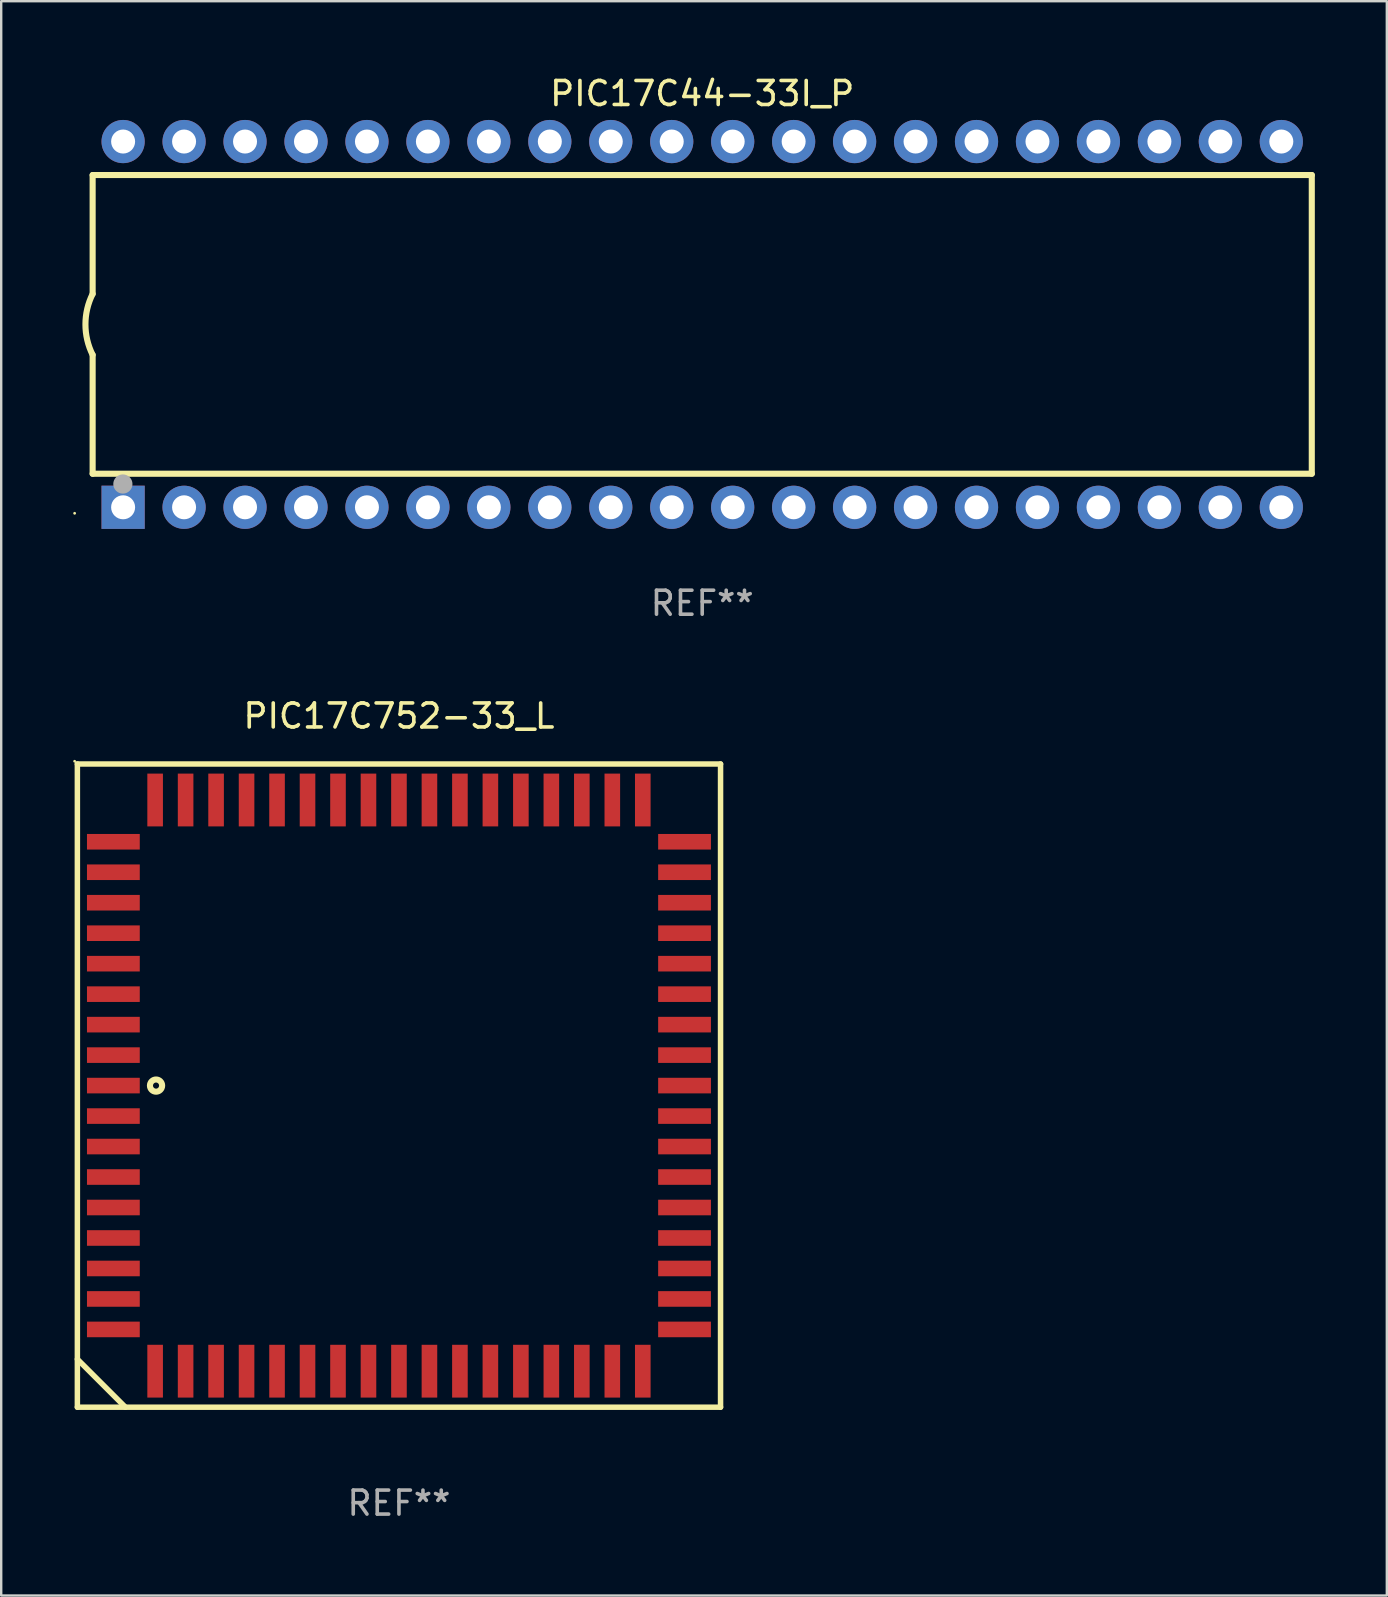
<source format=kicad_pcb>
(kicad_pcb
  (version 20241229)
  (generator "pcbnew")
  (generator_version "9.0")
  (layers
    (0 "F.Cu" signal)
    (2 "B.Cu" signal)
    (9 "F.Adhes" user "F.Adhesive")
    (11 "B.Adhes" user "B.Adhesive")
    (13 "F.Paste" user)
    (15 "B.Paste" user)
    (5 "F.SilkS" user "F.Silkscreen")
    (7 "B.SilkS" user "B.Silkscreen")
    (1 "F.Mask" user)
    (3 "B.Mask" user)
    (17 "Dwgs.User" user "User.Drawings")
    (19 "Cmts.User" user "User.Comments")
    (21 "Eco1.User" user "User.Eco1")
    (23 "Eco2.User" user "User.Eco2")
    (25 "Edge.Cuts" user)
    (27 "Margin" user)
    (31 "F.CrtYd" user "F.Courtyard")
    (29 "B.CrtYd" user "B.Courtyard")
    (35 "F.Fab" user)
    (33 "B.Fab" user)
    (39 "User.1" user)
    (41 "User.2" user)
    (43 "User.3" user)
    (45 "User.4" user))
  (footprint "PIC17C44-33I_P"
    (layer "F.Cu")
    (at 26.21 10.468)
    (property "Reference" "PIC17C44-33I_P" (at 0 -9.62 0) (layer "F.SilkS") (effects (font (size 1 1) (thickness 0.15))))
    (attr through_hole)
    (fp_line (start -25.4 -6.224) (end -25.4 -1.271) (stroke (width 0.254) (type solid)) (layer "F.SilkS"))
    (fp_line (start -25.4 -6.224) (end 25.4 -6.224) (stroke (width 0.254) (type solid)) (layer "F.SilkS"))
    (fp_line (start -25.4 1.269) (end -25.4 6.222) (stroke (width 0.254) (type solid)) (layer "F.SilkS"))
    (fp_line (start -25.4 6.222) (end 25.4 6.222) (stroke (width 0.254) (type solid)) (layer "F.SilkS"))
    (fp_line (start 25.4 6.222) (end 25.4 -6.224) (stroke (width 0.254) (type solid)) (layer "F.SilkS"))
    (fp_arc (start -25.4 1.269241) (mid -25.699807 -0.000762) (end -25.4 -1.270765) (stroke (width 0.254001) (type solid)) (layer "F.SilkS"))
    (fp_circle (center -26.15 7.87) (end -26.12 7.87) (stroke (width 0.06) (type solid)) (fill no) (layer "F.SilkS"))
    (fp_circle (center -24.14 6.65) (end -23.94 6.65) (stroke (width 0.4) (type solid)) (fill no) (layer "F.Fab"))
    (fp_text user "REF**" (at 0 11.62 0) (layer "F.Fab") (effects (font (size 1 1) (thickness 0.15))))
    (pad "1" thru_hole rect (at -24.13 7.62 90) (size 1.8 1.8) (drill 1) (layers "*.Cu" "*.Mask"))
    (pad "2" thru_hole circle (at -21.59 7.62) (size 1.8 1.8) (drill 1) (layers "*.Cu" "*.Mask"))
    (pad "3" thru_hole circle (at -19.05 7.62) (size 1.8 1.8) (drill 1) (layers "*.Cu" "*.Mask"))
    (pad "4" thru_hole circle (at -16.51 7.62) (size 1.8 1.8) (drill 1) (layers "*.Cu" "*.Mask"))
    (pad "5" thru_hole circle (at -13.97 7.62) (size 1.8 1.8) (drill 1) (layers "*.Cu" "*.Mask"))
    (pad "6" thru_hole circle (at -11.43 7.62) (size 1.8 1.8) (drill 1) (layers "*.Cu" "*.Mask"))
    (pad "7" thru_hole circle (at -8.89 7.62) (size 1.8 1.8) (drill 1) (layers "*.Cu" "*.Mask"))
    (pad "8" thru_hole circle (at -6.35 7.62) (size 1.8 1.8) (drill 1) (layers "*.Cu" "*.Mask"))
    (pad "9" thru_hole circle (at -3.81 7.62) (size 1.8 1.8) (drill 1) (layers "*.Cu" "*.Mask"))
    (pad "10" thru_hole circle (at -1.27 7.62) (size 1.8 1.8) (drill 1) (layers "*.Cu" "*.Mask"))
    (pad "11" thru_hole circle (at 1.27 7.62) (size 1.8 1.8) (drill 1) (layers "*.Cu" "*.Mask"))
    (pad "12" thru_hole circle (at 3.81 7.62) (size 1.8 1.8) (drill 1) (layers "*.Cu" "*.Mask"))
    (pad "13" thru_hole circle (at 6.35 7.62) (size 1.8 1.8) (drill 1) (layers "*.Cu" "*.Mask"))
    (pad "14" thru_hole circle (at 8.89 7.62) (size 1.8 1.8) (drill 1) (layers "*.Cu" "*.Mask"))
    (pad "15" thru_hole circle (at 11.43 7.62) (size 1.8 1.8) (drill 1) (layers "*.Cu" "*.Mask"))
    (pad "16" thru_hole circle (at 13.97 7.62) (size 1.8 1.8) (drill 1) (layers "*.Cu" "*.Mask"))
    (pad "17" thru_hole circle (at 16.51 7.62) (size 1.8 1.8) (drill 1) (layers "*.Cu" "*.Mask"))
    (pad "18" thru_hole circle (at 19.05 7.62) (size 1.8 1.8) (drill 1) (layers "*.Cu" "*.Mask"))
    (pad "19" thru_hole circle (at 21.59 7.62) (size 1.8 1.8) (drill 1) (layers "*.Cu" "*.Mask"))
    (pad "20" thru_hole circle (at 24.13 7.62) (size 1.8 1.8) (drill 1) (layers "*.Cu" "*.Mask"))
    (pad "21" thru_hole circle (at 24.13 -7.62) (size 1.8 1.8) (drill 1) (layers "*.Cu" "*.Mask"))
    (pad "22" thru_hole circle (at 21.59 -7.62) (size 1.8 1.8) (drill 1) (layers "*.Cu" "*.Mask"))
    (pad "23" thru_hole circle (at 19.05 -7.62) (size 1.8 1.8) (drill 1) (layers "*.Cu" "*.Mask"))
    (pad "24" thru_hole circle (at 16.51 -7.62) (size 1.8 1.8) (drill 1) (layers "*.Cu" "*.Mask"))
    (pad "25" thru_hole circle (at 13.97 -7.62) (size 1.8 1.8) (drill 1) (layers "*.Cu" "*.Mask"))
    (pad "26" thru_hole circle (at 11.43 -7.62) (size 1.8 1.8) (drill 1) (layers "*.Cu" "*.Mask"))
    (pad "27" thru_hole circle (at 8.89 -7.62) (size 1.8 1.8) (drill 1) (layers "*.Cu" "*.Mask"))
    (pad "28" thru_hole circle (at 6.35 -7.62) (size 1.8 1.8) (drill 1) (layers "*.Cu" "*.Mask"))
    (pad "29" thru_hole circle (at 3.81 -7.62) (size 1.8 1.8) (drill 1) (layers "*.Cu" "*.Mask"))
    (pad "30" thru_hole circle (at 1.27 -7.62) (size 1.8 1.8) (drill 1) (layers "*.Cu" "*.Mask"))
    (pad "31" thru_hole circle (at -1.27 -7.62) (size 1.8 1.8) (drill 1) (layers "*.Cu" "*.Mask"))
    (pad "32" thru_hole circle (at -3.81 -7.62) (size 1.8 1.8) (drill 1) (layers "*.Cu" "*.Mask"))
    (pad "33" thru_hole circle (at -6.35 -7.62) (size 1.8 1.8) (drill 1) (layers "*.Cu" "*.Mask"))
    (pad "34" thru_hole circle (at -8.89 -7.62) (size 1.8 1.8) (drill 1) (layers "*.Cu" "*.Mask"))
    (pad "35" thru_hole circle (at -11.43 -7.62) (size 1.8 1.8) (drill 1) (layers "*.Cu" "*.Mask"))
    (pad "36" thru_hole circle (at -13.97 -7.62) (size 1.8 1.8) (drill 1) (layers "*.Cu" "*.Mask"))
    (pad "37" thru_hole circle (at -16.51 -7.62) (size 1.8 1.8) (drill 1) (layers "*.Cu" "*.Mask"))
    (pad "38" thru_hole circle (at -19.05 -7.62) (size 1.8 1.8) (drill 1) (layers "*.Cu" "*.Mask"))
    (pad "39" thru_hole circle (at -21.59 -7.62) (size 1.8 1.8) (drill 1) (layers "*.Cu" "*.Mask"))
    (pad "40" thru_hole circle (at -24.13 -7.62) (size 1.8 1.8) (drill 1) (layers "*.Cu" "*.Mask")))
  (footprint "PIC17C752-33_L"
    (layer "F.Cu")
    (at 13.574 42.185)
    (property "Reference" "PIC17C752-33_L" (at 0 -15.4 0) (layer "F.SilkS") (effects (font (size 1 1) (thickness 0.15))))
    (attr through_hole)
    (fp_line (start -13.4 -13.4) (end -13.4 13.4) (stroke (width 0.229) (type solid)) (layer "F.SilkS"))
    (fp_line (start -13.4 11.4) (end -11.4 13.4) (stroke (width 0.229) (type solid)) (layer "F.SilkS"))
    (fp_line (start -13.4 13.4) (end 13.4 13.4) (stroke (width 0.229) (type solid)) (layer "F.SilkS"))
    (fp_line (start 13.4 -13.4) (end -13.4 -13.4) (stroke (width 0.229) (type solid)) (layer "F.SilkS"))
    (fp_line (start 13.4 13.4) (end 13.4 -13.4) (stroke (width 0.229) (type solid)) (layer "F.SilkS"))
    (fp_circle (center -13.514 -13.514) (end -13.484 -13.514) (stroke (width 0.06) (type solid)) (fill no) (layer "F.SilkS"))
    (fp_circle (center -10.122 -0.000076) (end -9.868 -0.000076) (stroke (width 0.254) (type solid)) (fill no) (layer "F.SilkS"))
    (fp_text user "REF**" (at 0 17.4 0) (layer "F.Fab") (effects (font (size 1 1) (thickness 0.15))))
    (pad "1" smd rect (at -11.9 -0.000076 270) (size 0.65 2.2) (layers "F.Cu" "F.Mask" "F.Paste"))
    (pad "2" smd rect (at -11.9 1.27 270) (size 0.65 2.2) (layers "F.Cu" "F.Mask" "F.Paste"))
    (pad "3" smd rect (at -11.9 2.54 270) (size 0.65 2.2) (layers "F.Cu" "F.Mask" "F.Paste"))
    (pad "4" smd rect (at -11.9 3.81 270) (size 0.65 2.2) (layers "F.Cu" "F.Mask" "F.Paste"))
    (pad "5" smd rect (at -11.9 5.08 270) (size 0.65 2.2) (layers "F.Cu" "F.Mask" "F.Paste"))
    (pad "6" smd rect (at -11.9 6.35 270) (size 0.65 2.2) (layers "F.Cu" "F.Mask" "F.Paste"))
    (pad "7" smd rect (at -11.9 7.62 270) (size 0.65 2.2) (layers "F.Cu" "F.Mask" "F.Paste"))
    (pad "8" smd rect (at -11.9 8.89 270) (size 0.65 2.2) (layers "F.Cu" "F.Mask" "F.Paste"))
    (pad "9" smd rect (at -11.9 10.16 270) (size 0.65 2.2) (layers "F.Cu" "F.Mask" "F.Paste"))
    (pad "10" smd rect (at -10.16 11.9 270) (size 2.2 0.65) (layers "F.Cu" "F.Mask" "F.Paste"))
    (pad "11" smd rect (at -8.89 11.9 270) (size 2.2 0.65) (layers "F.Cu" "F.Mask" "F.Paste"))
    (pad "12" smd rect (at -7.62 11.9 270) (size 2.2 0.65) (layers "F.Cu" "F.Mask" "F.Paste"))
    (pad "13" smd rect (at -6.35 11.9 270) (size 2.2 0.65) (layers "F.Cu" "F.Mask" "F.Paste"))
    (pad "14" smd rect (at -5.08 11.9 270) (size 2.2 0.65) (layers "F.Cu" "F.Mask" "F.Paste"))
    (pad "15" smd rect (at -3.81 11.9 270) (size 2.2 0.65) (layers "F.Cu" "F.Mask" "F.Paste"))
    (pad "16" smd rect (at -2.54 11.9 270) (size 2.2 0.65) (layers "F.Cu" "F.Mask" "F.Paste"))
    (pad "17" smd rect (at -1.27 11.9 270) (size 2.2 0.65) (layers "F.Cu" "F.Mask" "F.Paste"))
    (pad "18" smd rect (at 0 11.9 270) (size 2.2 0.65) (layers "F.Cu" "F.Mask" "F.Paste"))
    (pad "19" smd rect (at 1.27 11.9 270) (size 2.2 0.65) (layers "F.Cu" "F.Mask" "F.Paste"))
    (pad "20" smd rect (at 2.54 11.9 270) (size 2.2 0.65) (layers "F.Cu" "F.Mask" "F.Paste"))
    (pad "21" smd rect (at 3.81 11.9 270) (size 2.2 0.65) (layers "F.Cu" "F.Mask" "F.Paste"))
    (pad "22" smd rect (at 5.08 11.9 270) (size 2.2 0.65) (layers "F.Cu" "F.Mask" "F.Paste"))
    (pad "23" smd rect (at 6.35 11.9 270) (size 2.2 0.65) (layers "F.Cu" "F.Mask" "F.Paste"))
    (pad "24" smd rect (at 7.62 11.9 270) (size 2.2 0.65) (layers "F.Cu" "F.Mask" "F.Paste"))
    (pad "25" smd rect (at 8.89 11.9 270) (size 2.2 0.65) (layers "F.Cu" "F.Mask" "F.Paste"))
    (pad "26" smd rect (at 10.16 11.9 270) (size 2.2 0.65) (layers "F.Cu" "F.Mask" "F.Paste"))
    (pad "27" smd rect (at 11.9 10.16 270) (size 0.65 2.2) (layers "F.Cu" "F.Mask" "F.Paste"))
    (pad "28" smd rect (at 11.9 8.89 270) (size 0.65 2.2) (layers "F.Cu" "F.Mask" "F.Paste"))
    (pad "29" smd rect (at 11.9 7.62 270) (size 0.65 2.2) (layers "F.Cu" "F.Mask" "F.Paste"))
    (pad "30" smd rect (at 11.9 6.35 270) (size 0.65 2.2) (layers "F.Cu" "F.Mask" "F.Paste"))
    (pad "31" smd rect (at 11.9 5.08 270) (size 0.65 2.2) (layers "F.Cu" "F.Mask" "F.Paste"))
    (pad "32" smd rect (at 11.9 3.81 270) (size 0.65 2.2) (layers "F.Cu" "F.Mask" "F.Paste"))
    (pad "33" smd rect (at 11.9 2.54 270) (size 0.65 2.2) (layers "F.Cu" "F.Mask" "F.Paste"))
    (pad "34" smd rect (at 11.9 1.27 270) (size 0.65 2.2) (layers "F.Cu" "F.Mask" "F.Paste"))
    (pad "35" smd rect (at 11.9 -0.000076 270) (size 0.65 2.2) (layers "F.Cu" "F.Mask" "F.Paste"))
    (pad "36" smd rect (at 11.9 -1.27 270) (size 0.65 2.2) (layers "F.Cu" "F.Mask" "F.Paste"))
    (pad "37" smd rect (at 11.9 -2.54 270) (size 0.65 2.2) (layers "F.Cu" "F.Mask" "F.Paste"))
    (pad "38" smd rect (at 11.9 -3.81 270) (size 0.65 2.2) (layers "F.Cu" "F.Mask" "F.Paste"))
    (pad "39" smd rect (at 11.9 -5.08 270) (size 0.65 2.2) (layers "F.Cu" "F.Mask" "F.Paste"))
    (pad "40" smd rect (at 11.9 -6.35 270) (size 0.65 2.2) (layers "F.Cu" "F.Mask" "F.Paste"))
    (pad "41" smd rect (at 11.9 -7.62 270) (size 0.65 2.2) (layers "F.Cu" "F.Mask" "F.Paste"))
    (pad "42" smd rect (at 11.9 -8.89 270) (size 0.65 2.2) (layers "F.Cu" "F.Mask" "F.Paste"))
    (pad "43" smd rect (at 11.9 -10.16 270) (size 0.65 2.2) (layers "F.Cu" "F.Mask" "F.Paste"))
    (pad "44" smd rect (at 10.16 -11.9 270) (size 2.2 0.65) (layers "F.Cu" "F.Mask" "F.Paste"))
    (pad "45" smd rect (at 8.89 -11.9 270) (size 2.2 0.65) (layers "F.Cu" "F.Mask" "F.Paste"))
    (pad "46" smd rect (at 7.62 -11.9 270) (size 2.2 0.65) (layers "F.Cu" "F.Mask" "F.Paste"))
    (pad "47" smd rect (at 6.35 -11.9 270) (size 2.2 0.65) (layers "F.Cu" "F.Mask" "F.Paste"))
    (pad "48" smd rect (at 5.08 -11.9 270) (size 2.2 0.65) (layers "F.Cu" "F.Mask" "F.Paste"))
    (pad "49" smd rect (at 3.81 -11.9 270) (size 2.2 0.65) (layers "F.Cu" "F.Mask" "F.Paste"))
    (pad "50" smd rect (at 2.54 -11.9 270) (size 2.2 0.65) (layers "F.Cu" "F.Mask" "F.Paste"))
    (pad "51" smd rect (at 1.27 -11.9 270) (size 2.2 0.65) (layers "F.Cu" "F.Mask" "F.Paste"))
    (pad "52" smd rect (at 0 -11.9 270) (size 2.2 0.65) (layers "F.Cu" "F.Mask" "F.Paste"))
    (pad "53" smd rect (at -1.27 -11.9 270) (size 2.2 0.65) (layers "F.Cu" "F.Mask" "F.Paste"))
    (pad "54" smd rect (at -2.54 -11.9 270) (size 2.2 0.65) (layers "F.Cu" "F.Mask" "F.Paste"))
    (pad "55" smd rect (at -3.81 -11.9 270) (size 2.2 0.65) (layers "F.Cu" "F.Mask" "F.Paste"))
    (pad "56" smd rect (at -5.08 -11.9 270) (size 2.2 0.65) (layers "F.Cu" "F.Mask" "F.Paste"))
    (pad "57" smd rect (at -6.35 -11.9 270) (size 2.2 0.65) (layers "F.Cu" "F.Mask" "F.Paste"))
    (pad "58" smd rect (at -7.62 -11.9 270) (size 2.2 0.65) (layers "F.Cu" "F.Mask" "F.Paste"))
    (pad "59" smd rect (at -8.89 -11.9 270) (size 2.2 0.65) (layers "F.Cu" "F.Mask" "F.Paste"))
    (pad "60" smd rect (at -10.16 -11.9 270) (size 2.2 0.65) (layers "F.Cu" "F.Mask" "F.Paste"))
    (pad "61" smd rect (at -11.9 -10.16 270) (size 0.65 2.2) (layers "F.Cu" "F.Mask" "F.Paste"))
    (pad "62" smd rect (at -11.9 -8.89 270) (size 0.65 2.2) (layers "F.Cu" "F.Mask" "F.Paste"))
    (pad "63" smd rect (at -11.9 -7.62 270) (size 0.65 2.2) (layers "F.Cu" "F.Mask" "F.Paste"))
    (pad "64" smd rect (at -11.9 -6.35 270) (size 0.65 2.2) (layers "F.Cu" "F.Mask" "F.Paste"))
    (pad "65" smd rect (at -11.9 -5.08 270) (size 0.65 2.2) (layers "F.Cu" "F.Mask" "F.Paste"))
    (pad "66" smd rect (at -11.9 -3.81 270) (size 0.65 2.2) (layers "F.Cu" "F.Mask" "F.Paste"))
    (pad "67" smd rect (at -11.9 -2.54 270) (size 0.65 2.2) (layers "F.Cu" "F.Mask" "F.Paste"))
    (pad "68" smd rect (at -11.9 -1.27 270) (size 0.65 2.2) (layers "F.Cu" "F.Mask" "F.Paste")))
  (gr_rect
    (start -3 -3)
    (end 54.737 63.433)
    (stroke (width 0.1) (type default))
    (fill no)
    (layer "Edge.Cuts")))
</source>
